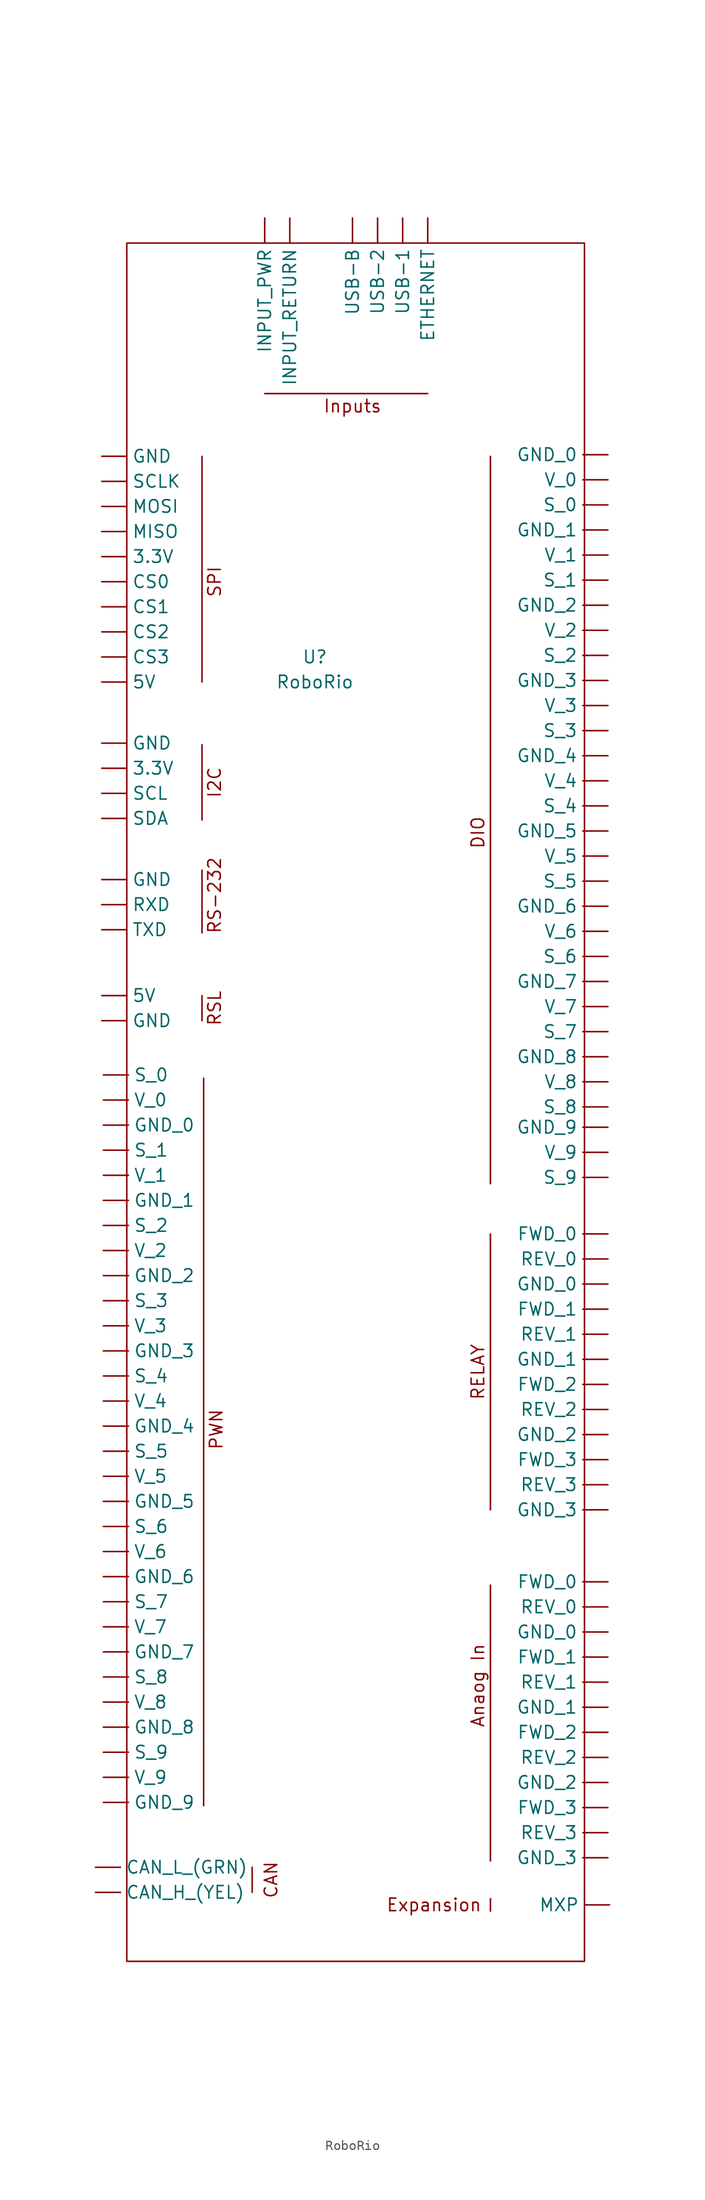
<source format=kicad_sym>
(kicad_symbol_lib
  (version 20211014)
  (generator kicad_symbol_editor)
  (symbol "RoboRio"
    (property "Reference" "U"
      (at 2.54 8.89 0)
      (effects (font (size 1.27 1.27))))
    (property "Value" "RoboRio"
      (at 2.54 6.35 0)
      (effects (font (size 1.27 1.27))))
    (symbol "RoboRio_0_0"
      (rectangle (start -16.51 50.8) (end 29.845 -123.19) (stroke (width 0) (type default) (color 0 0 0 0)) (fill (type none)))
      (polyline (pts (xy -8.89 -25.4) (xy -8.89 -27.94)) (stroke (width 0) (type default) (color 0 0 0 0)) (fill (type none)))
      (polyline (pts (xy -8.89 -12.7) (xy -8.89 -19.05)) (stroke (width 0) (type default) (color 0 0 0 0)) (fill (type none)))
      (polyline (pts (xy -8.89 0) (xy -8.89 -7.62)) (stroke (width 0) (type default) (color 0 0 0 0)) (fill (type none)))
      (polyline (pts (xy -8.725 -33.765) (xy -8.725 -107.425)) (stroke (width 0) (type default) (color 0 0 0 0)) (fill (type none)))
      (polyline (pts (xy -3.81 -113.665) (xy -3.81 -116.205)) (stroke (width 0) (type default) (color 0 0 0 0)) (fill (type none)))
      (polyline (pts (xy -2.54 35.56) (xy 13.97 35.56)) (stroke (width 0) (type default) (color 0 0 0 0)) (fill (type none)))
      (polyline (pts (xy 20.32 -116.84) (xy 20.32 -118.11)) (stroke (width 0) (type default) (color 0 0 0 0)) (fill (type none)))
      (polyline (pts (xy 20.32 -85.09) (xy 20.32 -113.03)) (stroke (width 0) (type default) (color 0 0 0 0)) (fill (type none)))
      (polyline (pts (xy 20.32 -49.53) (xy 20.32 -77.47)) (stroke (width 0) (type default) (color 0 0 0 0)) (fill (type none)))
      (polyline (pts (xy 20.32 29.21) (xy 20.32 -44.45)) (stroke (width 0) (type default) (color 0 0 0 0)) (fill (type none)))
      (text "Anaog In" (at 19.05 -95.25 900) (effects (font (size 1.27 1.27))))
      (text "CAN" (at -1.905 -114.935 900) (effects (font (size 1.27 1.27))))
      (text "DIO" (at 19.05 -8.89 900) (effects (font (size 1.27 1.27))))
      (text "Expansion" (at 14.605 -117.475 0) (effects (font (size 1.27 1.27))))
      (text "I2C" (at -7.62 -3.81 900) (effects (font (size 1.27 1.27))))
      (text "Inputs" (at 6.35 34.29 0) (effects (font (size 1.27 1.27))))
      (text "PWN" (at -7.455 -69.325 900) (effects (font (size 1.27 1.27))))
      (text "RELAY" (at 19.05 -63.5 900) (effects (font (size 1.27 1.27))))
      (text "RS-232" (at -7.62 -15.24 900) (effects (font (size 1.27 1.27))))
      (text "RSL" (at -7.62 -26.67 900) (effects (font (size 1.27 1.27))))
      (text "SPI" (at -7.62 16.51 900) (effects (font (size 1.27 1.27))))
      (pin output line (at -19.05 -2.38 0) (length 2.54) (name "3.3V" (effects (font (size 1.27 1.27)))) (number "" (effects (font (size 1.27 1.27)))))
      (pin output line (at -19.05 19.05 0) (length 2.54) (name "3.3V" (effects (font (size 1.27 1.27)))) (number "" (effects (font (size 1.27 1.27)))))
      (pin output line (at -19.05 -25.4 0) (length 2.54) (name "5V" (effects (font (size 1.27 1.27)))) (number "" (effects (font (size 1.27 1.27)))))
      (pin output line (at -19.05 6.35 0) (length 2.54) (name "5V" (effects (font (size 1.27 1.27)))) (number "" (effects (font (size 1.27 1.27)))))
      (pin output line (at -19.685 -116.205 0) (length 2.54) (name "CAN_H_(YEL)" (effects (font (size 1.27 1.27)))) (number "" (effects (font (size 1.27 1.27)))))
      (pin output line (at -19.685 -113.665 0) (length 2.54) (name "CAN_L_(GRN)" (effects (font (size 1.27 1.27)))) (number "" (effects (font (size 1.27 1.27)))))
      (pin output line (at -19.05 16.51 0) (length 2.54) (name "CS0" (effects (font (size 1.27 1.27)))) (number "" (effects (font (size 1.27 1.27)))))
      (pin output line (at -19.05 13.97 0) (length 2.54) (name "CS1" (effects (font (size 1.27 1.27)))) (number "" (effects (font (size 1.27 1.27)))))
      (pin output line (at -19.05 11.43 0) (length 2.54) (name "CS2" (effects (font (size 1.27 1.27)))) (number "" (effects (font (size 1.27 1.27)))))
      (pin output line (at -19.05 8.89 0) (length 2.54) (name "CS3" (effects (font (size 1.27 1.27)))) (number "" (effects (font (size 1.27 1.27)))))
      (pin input line (at 13.97 53.34 270) (length 2.54) (name "ETHERNET" (effects (font (size 1.27 1.27)))) (number "" (effects (font (size 1.27 1.27)))))
      (pin output line (at 32.22 -84.76 180) (length 2.54) (name "FWD_0" (effects (font (size 1.27 1.27)))) (number "" (effects (font (size 1.27 1.27)))))
      (pin output line (at 32.22 -49.53 180) (length 2.54) (name "FWD_0" (effects (font (size 1.27 1.27)))) (number "" (effects (font (size 1.27 1.27)))))
      (pin output line (at 32.22 -92.38 180) (length 2.54) (name "FWD_1" (effects (font (size 1.27 1.27)))) (number "" (effects (font (size 1.27 1.27)))))
      (pin output line (at 32.22 -57.15 180) (length 2.54) (name "FWD_1" (effects (font (size 1.27 1.27)))) (number "" (effects (font (size 1.27 1.27)))))
      (pin output line (at 32.22 -100 180) (length 2.54) (name "FWD_2" (effects (font (size 1.27 1.27)))) (number "" (effects (font (size 1.27 1.27)))))
      (pin output line (at 32.22 -64.77 180) (length 2.54) (name "FWD_2" (effects (font (size 1.27 1.27)))) (number "" (effects (font (size 1.27 1.27)))))
      (pin output line (at 32.22 -107.62 180) (length 2.54) (name "FWD_3" (effects (font (size 1.27 1.27)))) (number "" (effects (font (size 1.27 1.27)))))
      (pin output line (at 32.22 -72.39 180) (length 2.54) (name "FWD_3" (effects (font (size 1.27 1.27)))) (number "" (effects (font (size 1.27 1.27)))))
      (pin output line (at -19.05 -27.94 0) (length 2.54) (name "GND" (effects (font (size 1.27 1.27)))) (number "" (effects (font (size 1.27 1.27)))))
      (pin output line (at -19.05 -13.65 0) (length 2.54) (name "GND" (effects (font (size 1.27 1.27)))) (number "" (effects (font (size 1.27 1.27)))))
      (pin output line (at -19.05 0.16 0) (length 2.54) (name "GND" (effects (font (size 1.27 1.27)))) (number "" (effects (font (size 1.27 1.27)))))
      (pin output line (at -19.05 29.21 0) (length 2.54) (name "GND" (effects (font (size 1.27 1.27)))) (number "" (effects (font (size 1.27 1.27)))))
      (pin output line (at -18.885 -38.515 0) (length 2.54) (name "GND_0" (effects (font (size 1.27 1.27)))) (number "" (effects (font (size 1.27 1.27)))))
      (pin output line (at 32.22 -89.84 180) (length 2.54) (name "GND_0" (effects (font (size 1.27 1.27)))) (number "" (effects (font (size 1.27 1.27)))))
      (pin output line (at 32.22 -54.61 180) (length 2.54) (name "GND_0" (effects (font (size 1.27 1.27)))) (number "" (effects (font (size 1.27 1.27)))))
      (pin output line (at 32.22 29.37 180) (length 2.54) (name "GND_0" (effects (font (size 1.27 1.27)))) (number "" (effects (font (size 1.27 1.27)))))
      (pin output line (at -18.885 -46.135 0) (length 2.54) (name "GND_1" (effects (font (size 1.27 1.27)))) (number "" (effects (font (size 1.27 1.27)))))
      (pin output line (at 32.22 -97.46 180) (length 2.54) (name "GND_1" (effects (font (size 1.27 1.27)))) (number "" (effects (font (size 1.27 1.27)))))
      (pin output line (at 32.22 -62.23 180) (length 2.54) (name "GND_1" (effects (font (size 1.27 1.27)))) (number "" (effects (font (size 1.27 1.27)))))
      (pin output line (at 32.22 21.75 180) (length 2.54) (name "GND_1" (effects (font (size 1.27 1.27)))) (number "" (effects (font (size 1.27 1.27)))))
      (pin output line (at -18.885 -53.755 0) (length 2.54) (name "GND_2" (effects (font (size 1.27 1.27)))) (number "" (effects (font (size 1.27 1.27)))))
      (pin output line (at 32.22 -105.08 180) (length 2.54) (name "GND_2" (effects (font (size 1.27 1.27)))) (number "" (effects (font (size 1.27 1.27)))))
      (pin output line (at 32.22 -69.85 180) (length 2.54) (name "GND_2" (effects (font (size 1.27 1.27)))) (number "" (effects (font (size 1.27 1.27)))))
      (pin output line (at 32.22 14.13 180) (length 2.54) (name "GND_2" (effects (font (size 1.27 1.27)))) (number "" (effects (font (size 1.27 1.27)))))
      (pin output line (at -18.885 -61.375 0) (length 2.54) (name "GND_3" (effects (font (size 1.27 1.27)))) (number "" (effects (font (size 1.27 1.27)))))
      (pin output line (at 32.22 -112.7 180) (length 2.54) (name "GND_3" (effects (font (size 1.27 1.27)))) (number "" (effects (font (size 1.27 1.27)))))
      (pin output line (at 32.22 -77.47 180) (length 2.54) (name "GND_3" (effects (font (size 1.27 1.27)))) (number "" (effects (font (size 1.27 1.27)))))
      (pin output line (at 32.22 6.51 180) (length 2.54) (name "GND_3" (effects (font (size 1.27 1.27)))) (number "" (effects (font (size 1.27 1.27)))))
      (pin output line (at -18.885 -68.995 0) (length 2.54) (name "GND_4" (effects (font (size 1.27 1.27)))) (number "" (effects (font (size 1.27 1.27)))))
      (pin output line (at 32.22 -1.11 180) (length 2.54) (name "GND_4" (effects (font (size 1.27 1.27)))) (number "" (effects (font (size 1.27 1.27)))))
      (pin output line (at -18.885 -76.615 0) (length 2.54) (name "GND_5" (effects (font (size 1.27 1.27)))) (number "" (effects (font (size 1.27 1.27)))))
      (pin output line (at 32.22 -8.73 180) (length 2.54) (name "GND_5" (effects (font (size 1.27 1.27)))) (number "" (effects (font (size 1.27 1.27)))))
      (pin output line (at -18.885 -84.235 0) (length 2.54) (name "GND_6" (effects (font (size 1.27 1.27)))) (number "" (effects (font (size 1.27 1.27)))))
      (pin output line (at 32.22 -16.35 180) (length 2.54) (name "GND_6" (effects (font (size 1.27 1.27)))) (number "" (effects (font (size 1.27 1.27)))))
      (pin output line (at -18.885 -91.855 0) (length 2.54) (name "GND_7" (effects (font (size 1.27 1.27)))) (number "" (effects (font (size 1.27 1.27)))))
      (pin output line (at 32.22 -23.97 180) (length 2.54) (name "GND_7" (effects (font (size 1.27 1.27)))) (number "" (effects (font (size 1.27 1.27)))))
      (pin output line (at -18.885 -99.475 0) (length 2.54) (name "GND_8" (effects (font (size 1.27 1.27)))) (number "" (effects (font (size 1.27 1.27)))))
      (pin output line (at 32.22 -31.59 180) (length 2.54) (name "GND_8" (effects (font (size 1.27 1.27)))) (number "" (effects (font (size 1.27 1.27)))))
      (pin output line (at -18.885 -107.095 0) (length 2.54) (name "GND_9" (effects (font (size 1.27 1.27)))) (number "" (effects (font (size 1.27 1.27)))))
      (pin output line (at 32.22 -38.73 180) (length 2.54) (name "GND_9" (effects (font (size 1.27 1.27)))) (number "" (effects (font (size 1.27 1.27)))))
      (pin power_in line (at -2.54 53.34 270) (length 2.54) (name "INPUT_PWR" (effects (font (size 1.27 1.27)))) (number "" (effects (font (size 1.27 1.27)))))
      (pin power_in line (at 0 53.34 270) (length 2.54) (name "INPUT_RETURN" (effects (font (size 1.27 1.27)))) (number "" (effects (font (size 1.27 1.27)))))
      (pin input line (at -19.05 21.59 0) (length 2.54) (name "MISO" (effects (font (size 1.27 1.27)))) (number "" (effects (font (size 1.27 1.27)))))
      (pin output line (at -19.05 24.13 0) (length 2.54) (name "MOSI" (effects (font (size 1.27 1.27)))) (number "" (effects (font (size 1.27 1.27)))))
      (pin output line (at 32.22 -87.3 180) (length 2.54) (name "REV_0" (effects (font (size 1.27 1.27)))) (number "" (effects (font (size 1.27 1.27)))))
      (pin output line (at 32.22 -52.07 180) (length 2.54) (name "REV_0" (effects (font (size 1.27 1.27)))) (number "" (effects (font (size 1.27 1.27)))))
      (pin output line (at 32.22 -94.92 180) (length 2.54) (name "REV_1" (effects (font (size 1.27 1.27)))) (number "" (effects (font (size 1.27 1.27)))))
      (pin output line (at 32.22 -59.69 180) (length 2.54) (name "REV_1" (effects (font (size 1.27 1.27)))) (number "" (effects (font (size 1.27 1.27)))))
      (pin output line (at 32.22 -102.54 180) (length 2.54) (name "REV_2" (effects (font (size 1.27 1.27)))) (number "" (effects (font (size 1.27 1.27)))))
      (pin output line (at 32.22 -67.31 180) (length 2.54) (name "REV_2" (effects (font (size 1.27 1.27)))) (number "" (effects (font (size 1.27 1.27)))))
      (pin output line (at 32.22 -110.16 180) (length 2.54) (name "REV_3" (effects (font (size 1.27 1.27)))) (number "" (effects (font (size 1.27 1.27)))))
      (pin output line (at 32.22 -74.93 180) (length 2.54) (name "REV_3" (effects (font (size 1.27 1.27)))) (number "" (effects (font (size 1.27 1.27)))))
      (pin output line (at -19.05 -16.19 0) (length 2.54) (name "RXD" (effects (font (size 1.27 1.27)))) (number "" (effects (font (size 1.27 1.27)))))
      (pin output line (at -18.885 -33.435 0) (length 2.54) (name "S_0" (effects (font (size 1.27 1.27)))) (number "" (effects (font (size 1.27 1.27)))))
      (pin output line (at 32.22 24.29 180) (length 2.54) (name "S_0" (effects (font (size 1.27 1.27)))) (number "" (effects (font (size 1.27 1.27)))))
      (pin output line (at -18.885 -41.055 0) (length 2.54) (name "S_1" (effects (font (size 1.27 1.27)))) (number "" (effects (font (size 1.27 1.27)))))
      (pin output line (at 32.22 16.67 180) (length 2.54) (name "S_1" (effects (font (size 1.27 1.27)))) (number "" (effects (font (size 1.27 1.27)))))
      (pin output line (at -18.885 -48.675 0) (length 2.54) (name "S_2" (effects (font (size 1.27 1.27)))) (number "" (effects (font (size 1.27 1.27)))))
      (pin output line (at 32.22 9.05 180) (length 2.54) (name "S_2" (effects (font (size 1.27 1.27)))) (number "" (effects (font (size 1.27 1.27)))))
      (pin output line (at -18.885 -56.295 0) (length 2.54) (name "S_3" (effects (font (size 1.27 1.27)))) (number "" (effects (font (size 1.27 1.27)))))
      (pin output line (at 32.22 1.43 180) (length 2.54) (name "S_3" (effects (font (size 1.27 1.27)))) (number "" (effects (font (size 1.27 1.27)))))
      (pin output line (at -18.885 -63.915 0) (length 2.54) (name "S_4" (effects (font (size 1.27 1.27)))) (number "" (effects (font (size 1.27 1.27)))))
      (pin output line (at 32.22 -6.19 180) (length 2.54) (name "S_4" (effects (font (size 1.27 1.27)))) (number "" (effects (font (size 1.27 1.27)))))
      (pin output line (at -18.885 -71.535 0) (length 2.54) (name "S_5" (effects (font (size 1.27 1.27)))) (number "" (effects (font (size 1.27 1.27)))))
      (pin output line (at 32.22 -13.81 180) (length 2.54) (name "S_5" (effects (font (size 1.27 1.27)))) (number "" (effects (font (size 1.27 1.27)))))
      (pin output line (at -18.885 -79.155 0) (length 2.54) (name "S_6" (effects (font (size 1.27 1.27)))) (number "" (effects (font (size 1.27 1.27)))))
      (pin output line (at 32.22 -21.43 180) (length 2.54) (name "S_6" (effects (font (size 1.27 1.27)))) (number "" (effects (font (size 1.27 1.27)))))
      (pin output line (at -18.885 -86.775 0) (length 2.54) (name "S_7" (effects (font (size 1.27 1.27)))) (number "" (effects (font (size 1.27 1.27)))))
      (pin output line (at 32.22 -29.05 180) (length 2.54) (name "S_7" (effects (font (size 1.27 1.27)))) (number "" (effects (font (size 1.27 1.27)))))
      (pin output line (at -18.885 -94.395 0) (length 2.54) (name "S_8" (effects (font (size 1.27 1.27)))) (number "" (effects (font (size 1.27 1.27)))))
      (pin output line (at 32.22 -36.67 180) (length 2.54) (name "S_8" (effects (font (size 1.27 1.27)))) (number "" (effects (font (size 1.27 1.27)))))
      (pin output line (at -18.885 -102.015 0) (length 2.54) (name "S_9" (effects (font (size 1.27 1.27)))) (number "" (effects (font (size 1.27 1.27)))))
      (pin output line (at 32.22 -43.81 180) (length 2.54) (name "S_9" (effects (font (size 1.27 1.27)))) (number "" (effects (font (size 1.27 1.27)))))
      (pin output line (at -19.05 -4.92 0) (length 2.54) (name "SCL" (effects (font (size 1.27 1.27)))) (number "" (effects (font (size 1.27 1.27)))))
      (pin output line (at -19.05 26.67 0) (length 2.54) (name "SCLK" (effects (font (size 1.27 1.27)))) (number "" (effects (font (size 1.27 1.27)))))
      (pin output line (at -19.05 -7.46 0) (length 2.54) (name "SDA" (effects (font (size 1.27 1.27)))) (number "" (effects (font (size 1.27 1.27)))))
      (pin output line (at -19.05 -18.73 0) (length 2.54) (name "TXD" (effects (font (size 1.27 1.27)))) (number "" (effects (font (size 1.27 1.27)))))
      (pin input line (at 11.43 53.34 270) (length 2.54) (name "USB-1" (effects (font (size 1.27 1.27)))) (number "" (effects (font (size 1.27 1.27)))))
      (pin input line (at 8.89 53.34 270) (length 2.54) (name "USB-2" (effects (font (size 1.27 1.27)))) (number "" (effects (font (size 1.27 1.27)))))
      (pin input line (at 6.35 53.34 270) (length 2.54) (name "USB-B" (effects (font (size 1.27 1.27)))) (number "" (effects (font (size 1.27 1.27)))))
      (pin output line (at -18.885 -35.975 0) (length 2.54) (name "V_0" (effects (font (size 1.27 1.27)))) (number "" (effects (font (size 1.27 1.27)))))
      (pin output line (at 32.22 26.83 180) (length 2.54) (name "V_0" (effects (font (size 1.27 1.27)))) (number "" (effects (font (size 1.27 1.27)))))
      (pin output line (at -18.885 -43.595 0) (length 2.54) (name "V_1" (effects (font (size 1.27 1.27)))) (number "" (effects (font (size 1.27 1.27)))))
      (pin output line (at 32.22 19.21 180) (length 2.54) (name "V_1" (effects (font (size 1.27 1.27)))) (number "" (effects (font (size 1.27 1.27)))))
      (pin output line (at -18.885 -51.215 0) (length 2.54) (name "V_2" (effects (font (size 1.27 1.27)))) (number "" (effects (font (size 1.27 1.27)))))
      (pin output line (at 32.22 11.59 180) (length 2.54) (name "V_2" (effects (font (size 1.27 1.27)))) (number "" (effects (font (size 1.27 1.27)))))
      (pin output line (at -18.885 -58.835 0) (length 2.54) (name "V_3" (effects (font (size 1.27 1.27)))) (number "" (effects (font (size 1.27 1.27)))))
      (pin output line (at 32.22 3.97 180) (length 2.54) (name "V_3" (effects (font (size 1.27 1.27)))) (number "" (effects (font (size 1.27 1.27)))))
      (pin output line (at -18.885 -66.455 0) (length 2.54) (name "V_4" (effects (font (size 1.27 1.27)))) (number "" (effects (font (size 1.27 1.27)))))
      (pin output line (at 32.22 -3.65 180) (length 2.54) (name "V_4" (effects (font (size 1.27 1.27)))) (number "" (effects (font (size 1.27 1.27)))))
      (pin output line (at -18.885 -74.075 0) (length 2.54) (name "V_5" (effects (font (size 1.27 1.27)))) (number "" (effects (font (size 1.27 1.27)))))
      (pin output line (at 32.22 -11.27 180) (length 2.54) (name "V_5" (effects (font (size 1.27 1.27)))) (number "" (effects (font (size 1.27 1.27)))))
      (pin output line (at -18.885 -81.695 0) (length 2.54) (name "V_6" (effects (font (size 1.27 1.27)))) (number "" (effects (font (size 1.27 1.27)))))
      (pin output line (at 32.22 -18.89 180) (length 2.54) (name "V_6" (effects (font (size 1.27 1.27)))) (number "" (effects (font (size 1.27 1.27)))))
      (pin output line (at -18.885 -89.315 0) (length 2.54) (name "V_7" (effects (font (size 1.27 1.27)))) (number "" (effects (font (size 1.27 1.27)))))
      (pin output line (at 32.22 -26.51 180) (length 2.54) (name "V_7" (effects (font (size 1.27 1.27)))) (number "" (effects (font (size 1.27 1.27)))))
      (pin output line (at -18.885 -96.935 0) (length 2.54) (name "V_8" (effects (font (size 1.27 1.27)))) (number "" (effects (font (size 1.27 1.27)))))
      (pin output line (at 32.22 -34.13 180) (length 2.54) (name "V_8" (effects (font (size 1.27 1.27)))) (number "" (effects (font (size 1.27 1.27)))))
      (pin output line (at -18.885 -104.555 0) (length 2.54) (name "V_9" (effects (font (size 1.27 1.27)))) (number "" (effects (font (size 1.27 1.27)))))
      (pin output line (at 32.22 -41.27 180) (length 2.54) (name "V_9" (effects (font (size 1.27 1.27)))) (number "" (effects (font (size 1.27 1.27))))))
    (symbol "RoboRio_0_1"
      (polyline (pts (xy -8.89 6.35) (xy -8.89 29.21)) (stroke (width 0) (type default) (color 0 0 0 0)) (fill (type none))))
    (symbol "RoboRio_1_1"
      (pin output line (at 32.385 -117.475 180) (length 2.54) (name "MXP" (effects (font (size 1.27 1.27)))) (number "" (effects (font (size 1.27 1.27))))))))
</source>
